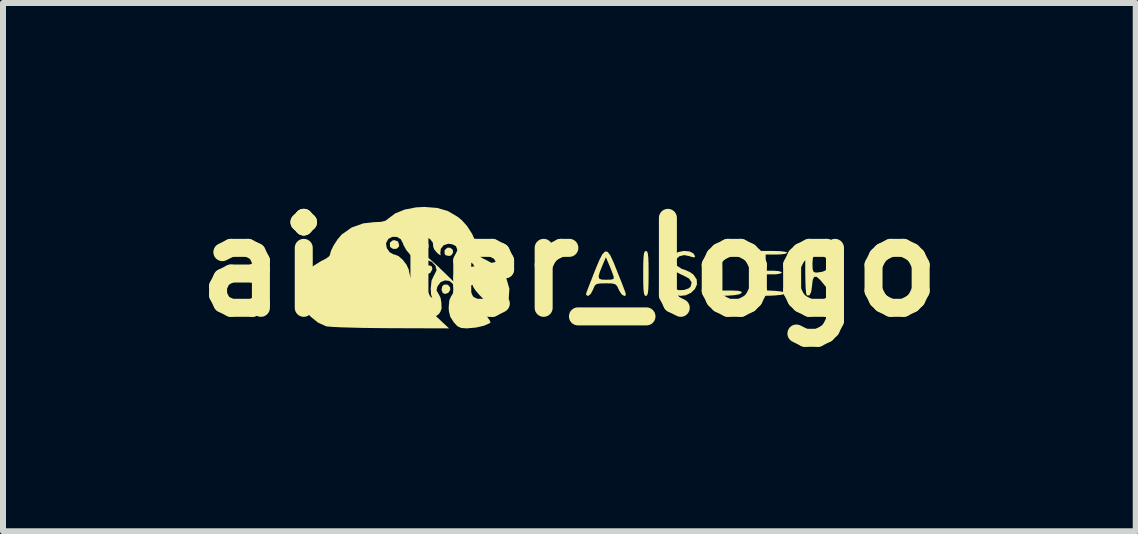
<source format=kicad_pcb>
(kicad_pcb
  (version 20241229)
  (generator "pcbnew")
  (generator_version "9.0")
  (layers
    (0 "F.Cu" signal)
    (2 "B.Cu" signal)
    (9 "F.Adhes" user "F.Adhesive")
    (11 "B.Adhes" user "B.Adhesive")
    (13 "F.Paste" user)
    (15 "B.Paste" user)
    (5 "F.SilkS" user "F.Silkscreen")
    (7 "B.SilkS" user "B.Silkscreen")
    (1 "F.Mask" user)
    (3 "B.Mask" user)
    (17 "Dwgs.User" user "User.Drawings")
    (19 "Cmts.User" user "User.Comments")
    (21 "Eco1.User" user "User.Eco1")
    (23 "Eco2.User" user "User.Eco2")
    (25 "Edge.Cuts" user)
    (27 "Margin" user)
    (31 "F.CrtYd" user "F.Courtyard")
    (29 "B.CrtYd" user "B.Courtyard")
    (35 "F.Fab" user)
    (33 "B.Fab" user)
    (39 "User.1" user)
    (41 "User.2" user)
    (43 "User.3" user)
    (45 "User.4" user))
  (footprint "aisler_logo"
    (layer "F.Cu")
    (at 6.443 1.404)
    (property "Reference" "aisler_logo" (at 0 0 0) (layer "F.SilkS") (effects (font (size 1.5 1.5) (thickness 0.3))))
    (attr board_only exclude_from_pos_files exclude_from_bom)
    (fp_poly (pts (xy -2.028 0.292) (xy -1.989 0.335) (xy -1.986 0.379) (xy -2.018 0.428) (xy -2.071 0.447) (xy -2.111 0.431) (xy -2.131 0.379) (xy -2.12 0.32) (xy -2.091 0.291)) (stroke (width 0) (type solid)) (fill yes) (layer "F.SilkS"))
    (fp_poly (pts (xy -1.946 -0.294) (xy -1.938 -0.244) (xy -1.966 -0.199) (xy -2 -0.186) (xy -2.058 -0.196) (xy -2.08 -0.219) (xy -2.08 -0.283) (xy -2.037 -0.323) (xy -1.993 -0.325)) (stroke (width 0) (type solid)) (fill yes) (layer "F.SilkS"))
    (fp_poly (pts (xy -1.646 0.006) (xy -1.637 0.057) (xy -1.666 0.101) (xy -1.7 0.114) (xy -1.758 0.105) (xy -1.78 0.081) (xy -1.78 0.017) (xy -1.737 -0.022) (xy -1.693 -0.025)) (stroke (width 0) (type solid)) (fill yes) (layer "F.SilkS"))
    (fp_poly (pts (xy -2.856 -0.427) (xy -2.838 -0.368) (xy -2.844 -0.338) (xy -2.881 -0.306) (xy -2.938 -0.304) (xy -2.984 -0.332) (xy -2.991 -0.344) (xy -2.992 -0.409) (xy -2.945 -0.446) (xy -2.914 -0.45)) (stroke (width 0) (type solid)) (fill yes) (layer "F.SilkS"))
    (fp_poly (pts (xy -2.363 -0.411) (xy -2.347 -0.368) (xy -2.351 -0.318) (xy -2.393 -0.301) (xy -2.417 -0.3) (xy -2.474 -0.309) (xy -2.489 -0.347) (xy -2.487 -0.368) (xy -2.457 -0.424) (xy -2.417 -0.435)) (stroke (width 0) (type solid)) (fill yes) (layer "F.SilkS"))
    (fp_poly (pts (xy -2.299 -0.02) (xy -2.285 0.019) (xy -2.287 0.037) (xy -2.316 0.094) (xy -2.366 0.118) (xy -2.411 0.101) (xy -2.429 0.056) (xy -2.432 0.025) (xy -2.412 -0.019) (xy -2.355 -0.03)) (stroke (width 0) (type solid)) (fill yes) (layer "F.SilkS"))
    (fp_poly (pts (xy 2.527 -0.261) (xy 2.54 -0.226) (xy 2.548 -0.157) (xy 2.551 -0.043) (xy 2.552 0.06) (xy 2.552 0.39) (xy 2.72 0.39) (xy 2.821 0.395) (xy 2.869 0.409) (xy 2.875 0.428) (xy 2.837 0.452) (xy 2.747 0.468) (xy 2.662 0.474) (xy 2.462 0.483) (xy 2.462 0.106) (xy 2.463 -0.053) (xy 2.467 -0.161) (xy 2.475 -0.227) (xy 2.487 -0.261) (xy 2.506 -0.27) (xy 2.507 -0.27)) (stroke (width 0) (type solid)) (fill yes) (layer "F.SilkS"))
    (fp_poly (pts (xy 1.295 -0.261) (xy 1.308 -0.229) (xy 1.316 -0.163) (xy 1.32 -0.056) (xy 1.321 0.102) (xy 1.321 0.105) (xy 1.32 0.264) (xy 1.316 0.372) (xy 1.308 0.438) (xy 1.295 0.471) (xy 1.276 0.48) (xy 1.276 0.48) (xy 1.257 0.472) (xy 1.244 0.439) (xy 1.236 0.374) (xy 1.232 0.266) (xy 1.231 0.108) (xy 1.231 0.105) (xy 1.232 -0.054) (xy 1.236 -0.162) (xy 1.244 -0.228) (xy 1.257 -0.261) (xy 1.276 -0.27) (xy 1.276 -0.27)) (stroke (width 0) (type solid)) (fill yes) (layer "F.SilkS"))
    (fp_poly (pts (xy 3.512 -0.267) (xy 3.595 -0.257) (xy 3.632 -0.243) (xy 3.633 -0.24) (xy 3.606 -0.224) (xy 3.534 -0.213) (xy 3.453 -0.21) (xy 3.273 -0.21) (xy 3.273 -0.075) (xy 3.273 0.06) (xy 3.408 0.06) (xy 3.488 0.066) (xy 3.537 0.081) (xy 3.543 0.09) (xy 3.516 0.108) (xy 3.448 0.119) (xy 3.408 0.12) (xy 3.273 0.12) (xy 3.273 0.254) (xy 3.273 0.387) (xy 3.438 0.396) (xy 3.53 0.406) (xy 3.593 0.422) (xy 3.611 0.435) (xy 3.587 0.45) (xy 3.522 0.463) (xy 3.431 0.472) (xy 3.333 0.477) (xy 3.246 0.476) (xy 3.187 0.468) (xy 3.174 0.462) (xy 3.165 0.425) (xy 3.159 0.341) (xy 3.154 0.222) (xy 3.152 0.085) (xy 3.152 -0.27) (xy 3.393 -0.27)) (stroke (width 0) (type solid)) (fill yes) (layer "F.SilkS"))
    (fp_poly (pts (xy 2.004 -0.262) (xy 2.07 -0.227) (xy 2.072 -0.224) (xy 2.098 -0.177) (xy 2.076 -0.161) (xy 2.011 -0.179) (xy 2 -0.184) (xy 1.915 -0.201) (xy 1.836 -0.182) (xy 1.783 -0.136) (xy 1.771 -0.094) (xy 1.796 -0.022) (xy 1.874 0.029) (xy 1.926 0.045) (xy 2.01 0.082) (xy 2.069 0.124) (xy 2.123 0.205) (xy 2.128 0.288) (xy 2.093 0.365) (xy 2.028 0.428) (xy 1.941 0.469) (xy 1.844 0.479) (xy 1.744 0.449) (xy 1.715 0.432) (xy 1.67 0.386) (xy 1.678 0.352) (xy 1.722 0.339) (xy 1.753 0.358) (xy 1.822 0.384) (xy 1.91 0.381) (xy 1.989 0.354) (xy 2.023 0.323) (xy 2.038 0.254) (xy 1.996 0.191) (xy 1.897 0.137) (xy 1.875 0.129) (xy 1.761 0.07) (xy 1.695 -0.008) (xy 1.68 -0.096) (xy 1.72 -0.186) (xy 1.741 -0.21) (xy 1.815 -0.252) (xy 1.911 -0.27)) (stroke (width 0) (type solid)) (fill yes) (layer "F.SilkS"))
    (fp_poly (pts (xy 4.254 -0.258) (xy 4.35 -0.22) (xy 4.402 -0.153) (xy 4.413 -0.076) (xy 4.39 0.033) (xy 4.327 0.108) (xy 4.287 0.127) (xy 4.281 0.157) (xy 4.316 0.228) (xy 4.362 0.295) (xy 4.428 0.389) (xy 4.462 0.444) (xy 4.468 0.471) (xy 4.449 0.48) (xy 4.432 0.48) (xy 4.394 0.458) (xy 4.335 0.399) (xy 4.267 0.316) (xy 4.266 0.315) (xy 4.181 0.212) (xy 4.121 0.161) (xy 4.081 0.162) (xy 4.057 0.216) (xy 4.047 0.305) (xy 4.032 0.412) (xy 4.005 0.469) (xy 3.967 0.472) (xy 3.954 0.461) (xy 3.946 0.424) (xy 3.939 0.341) (xy 3.935 0.222) (xy 3.933 0.085) (xy 3.933 -0.06) (xy 4.053 -0.06) (xy 4.056 0.029) (xy 4.068 0.073) (xy 4.098 0.089) (xy 4.13 0.09) (xy 4.214 0.078) (xy 4.265 0.059) (xy 4.315 0.004) (xy 4.326 -0.071) (xy 4.298 -0.142) (xy 4.246 -0.181) (xy 4.146 -0.211) (xy 4.087 -0.204) (xy 4.06 -0.154) (xy 4.053 -0.06) (xy 3.933 -0.06) (xy 3.933 -0.27) (xy 4.107 -0.27)) (stroke (width 0) (type solid)) (fill yes) (layer "F.SilkS"))
    (fp_poly (pts (xy 0.637 -0.256) (xy 0.682 -0.198) (xy 0.733 -0.089) (xy 0.757 -0.03) (xy 0.809 0.1) (xy 0.861 0.23) (xy 0.901 0.333) (xy 0.903 0.338) (xy 0.934 0.422) (xy 0.942 0.465) (xy 0.926 0.479) (xy 0.914 0.48) (xy 0.873 0.455) (xy 0.832 0.393) (xy 0.824 0.375) (xy 0.796 0.316) (xy 0.764 0.285) (xy 0.71 0.272) (xy 0.615 0.27) (xy 0.606 0.27) (xy 0.508 0.272) (xy 0.452 0.283) (xy 0.421 0.312) (xy 0.397 0.368) (xy 0.394 0.375) (xy 0.358 0.444) (xy 0.317 0.479) (xy 0.31 0.48) (xy 0.278 0.462) (xy 0.283 0.428) (xy 0.301 0.38) (xy 0.336 0.289) (xy 0.383 0.17) (xy 0.391 0.148) (xy 0.488 0.148) (xy 0.495 0.189) (xy 0.534 0.207) (xy 0.606 0.21) (xy 0.614 0.21) (xy 0.699 0.208) (xy 0.736 0.196) (xy 0.74 0.167) (xy 0.733 0.143) (xy 0.708 0.072) (xy 0.671 -0.02) (xy 0.66 -0.045) (xy 0.609 -0.165) (xy 0.559 -0.047) (xy 0.51 0.073) (xy 0.488 0.148) (xy 0.391 0.148) (xy 0.429 0.052) (xy 0.495 -0.108) (xy 0.548 -0.212) (xy 0.594 -0.261)) (stroke (width 0) (type solid)) (fill yes) (layer "F.SilkS"))
    (fp_poly (pts (xy -2.203 -0.987) (xy -2.025 -0.935) (xy -1.864 -0.84) (xy -1.794 -0.784) (xy -1.703 -0.682) (xy -1.621 -0.554) (xy -1.561 -0.42) (xy -1.532 -0.301) (xy -1.531 -0.281) (xy -1.525 -0.22) (xy -1.498 -0.179) (xy -1.434 -0.141) (xy -1.389 -0.12) (xy -1.235 -0.036) (xy -1.126 0.065) (xy -1.048 0.195) (xy -1 0.361) (xy -1.011 0.523) (xy -1.083 0.682) (xy -1.121 0.736) (xy -1.144 0.76) (xy -1.168 0.767) (xy -1.203 0.75) (xy -1.258 0.704) (xy -1.342 0.623) (xy -1.394 0.571) (xy -1.5 0.464) (xy -1.567 0.386) (xy -1.605 0.327) (xy -1.62 0.276) (xy -1.621 0.25) (xy -1.613 0.178) (xy -1.592 0.136) (xy -1.591 0.135) (xy -1.562 0.087) (xy -1.568 0.017) (xy -1.605 -0.05) (xy -1.634 -0.077) (xy -1.704 -0.107) (xy -1.766 -0.093) (xy -1.767 -0.092) (xy -1.827 -0.036) (xy -1.854 0.038) (xy -1.843 0.097) (xy -1.838 0.116) (xy -1.871 0.094) (xy -1.904 0.04) (xy -1.92 -0.038) (xy -1.918 -0.115) (xy -1.894 -0.163) (xy -1.891 -0.165) (xy -1.866 -0.211) (xy -1.865 -0.281) (xy -1.889 -0.344) (xy -1.897 -0.354) (xy -1.953 -0.381) (xy -2.017 -0.39) (xy -2.095 -0.366) (xy -2.144 -0.306) (xy -2.152 -0.23) (xy -2.147 -0.216) (xy -2.149 -0.196) (xy -2.188 -0.223) (xy -2.206 -0.239) (xy -2.254 -0.297) (xy -2.271 -0.343) (xy -2.27 -0.348) (xy -2.276 -0.406) (xy -2.319 -0.464) (xy -2.382 -0.504) (xy -2.417 -0.51) (xy -2.494 -0.485) (xy -2.547 -0.422) (xy -2.56 -0.343) (xy -2.554 -0.319) (xy -2.51 -0.263) (xy -2.444 -0.225) (xy -2.398 -0.195) (xy -2.318 -0.127) (xy -2.208 -0.028) (xy -2.076 0.098) (xy -1.927 0.244) (xy -1.817 0.355) (xy -1.647 0.529) (xy -1.517 0.665) (xy -1.422 0.769) (xy -1.359 0.843) (xy -1.325 0.893) (xy -1.316 0.922) (xy -1.322 0.932) (xy -1.421 0.976) (xy -1.555 1.007) (xy -1.697 1.02) (xy -1.711 1.021) (xy -1.804 1.014) (xy -1.866 0.985) (xy -1.927 0.92) (xy -1.929 0.917) (xy -1.985 0.829) (xy -2.009 0.733) (xy -2.012 0.666) (xy -2.001 0.551) (xy -1.971 0.484) (xy -1.967 0.48) (xy -1.933 0.424) (xy -1.922 0.358) (xy -1.944 0.277) (xy -2 0.23) (xy -2.073 0.221) (xy -2.146 0.25) (xy -2.198 0.318) (xy -2.215 0.384) (xy -2.187 0.439) (xy -2.181 0.445) (xy -2.147 0.513) (xy -2.133 0.601) (xy -2.133 0.603) (xy -2.133 0.706) (xy -2.223 0.608) (xy -2.28 0.533) (xy -2.306 0.457) (xy -2.312 0.357) (xy -2.298 0.225) (xy -2.255 0.132) (xy -2.252 0.129) (xy -2.214 0.051) (xy -2.232 -0.022) (xy -2.294 -0.088) (xy -2.363 -0.116) (xy -2.426 -0.098) (xy -2.474 -0.046) (xy -2.495 0.027) (xy -2.477 0.107) (xy -2.469 0.12) (xy -2.423 0.195) (xy -2.487 0.138) (xy -2.542 0.053) (xy -2.552 -0.014) (xy -2.571 -0.101) (xy -2.636 -0.189) (xy -2.654 -0.207) (xy -2.72 -0.286) (xy -2.765 -0.367) (xy -2.773 -0.392) (xy -2.811 -0.466) (xy -2.877 -0.504) (xy -2.952 -0.505) (xy -3.018 -0.471) (xy -3.056 -0.4) (xy -3.057 -0.392) (xy -3.044 -0.317) (xy -2.996 -0.249) (xy -2.93 -0.212) (xy -2.914 -0.21) (xy -2.849 -0.185) (xy -2.778 -0.123) (xy -2.715 -0.04) (xy -2.677 0.043) (xy -2.672 0.078) (xy -2.651 0.165) (xy -2.581 0.256) (xy -2.567 0.27) (xy -2.497 0.35) (xy -2.466 0.425) (xy -2.462 0.483) (xy -2.458 0.538) (xy -2.44 0.587) (xy -2.4 0.643) (xy -2.33 0.717) (xy -2.234 0.808) (xy -2.006 1.021) (xy -2.977 1.018) (xy -3.218 1.016) (xy -3.444 1.013) (xy -3.647 1.008) (xy -3.818 1.003) (xy -3.951 0.996) (xy -4.035 0.989) (xy -4.058 0.985) (xy -4.192 0.924) (xy -4.318 0.822) (xy -4.419 0.697) (xy -4.46 0.616) (xy -4.494 0.448) (xy -4.475 0.281) (xy -4.406 0.126) (xy -4.294 -0.004) (xy -4.144 -0.098) (xy -4.14 -0.1) (xy -4.058 -0.142) (xy -4.004 -0.182) (xy -3.993 -0.202) (xy -3.975 -0.272) (xy -3.928 -0.366) (xy -3.865 -0.463) (xy -3.797 -0.543) (xy -3.793 -0.546) (xy -3.63 -0.661) (xy -3.435 -0.73) (xy -3.255 -0.75) (xy -3.139 -0.755) (xy -3.066 -0.774) (xy -3.02 -0.808) (xy -2.906 -0.895) (xy -2.748 -0.959) (xy -2.56 -0.996) (xy -2.417 -1.004)) (stroke (width 0) (type solid)) (fill yes) (layer "F.SilkS")))
  (gr_rect
    (start -3 -3)
    (end 15.886 5.808)
    (stroke (width 0.1) (type default))
    (fill no)
    (layer "Edge.Cuts")))
</source>
